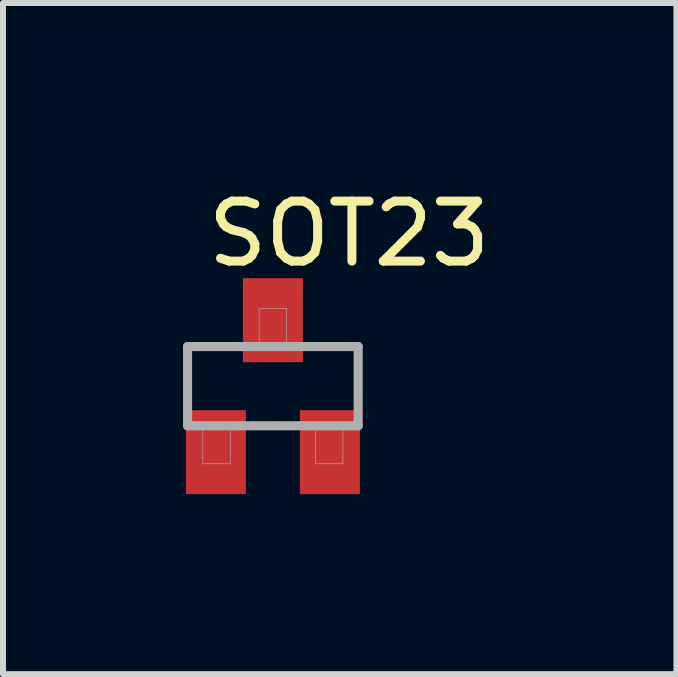
<source format=kicad_pcb>
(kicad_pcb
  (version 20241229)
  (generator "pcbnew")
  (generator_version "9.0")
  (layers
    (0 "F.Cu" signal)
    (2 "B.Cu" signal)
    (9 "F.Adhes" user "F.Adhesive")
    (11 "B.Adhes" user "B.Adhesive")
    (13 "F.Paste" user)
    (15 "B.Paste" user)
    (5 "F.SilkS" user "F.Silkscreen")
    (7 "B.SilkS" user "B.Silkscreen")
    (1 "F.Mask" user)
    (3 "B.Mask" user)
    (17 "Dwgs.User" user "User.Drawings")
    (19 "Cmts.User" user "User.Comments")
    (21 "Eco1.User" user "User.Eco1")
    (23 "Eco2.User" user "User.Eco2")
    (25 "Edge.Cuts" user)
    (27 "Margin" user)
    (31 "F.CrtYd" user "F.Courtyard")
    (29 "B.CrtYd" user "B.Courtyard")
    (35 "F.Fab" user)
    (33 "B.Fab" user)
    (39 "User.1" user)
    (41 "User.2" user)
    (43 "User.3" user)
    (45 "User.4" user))
  (footprint "SOT23"
    (layer "F.Cu")
    (at 2.769 3.388)
    (property "Reference" "SOT23" (at 0 -2.54 0) (layer "F.SilkS") (effects (font (size 1 1) (thickness 0.15))))
    (attr smd)
    (fp_line (start -2.692 -0.66) (end 0.152 -0.66) (stroke (width 0.152) (type solid)) (layer "F.Fab"))
    (fp_line (start -2.692 0.66) (end -2.692 -0.66) (stroke (width 0.152) (type solid)) (layer "F.Fab"))
    (fp_line (start 0.152 -0.66) (end 0.152 0.66) (stroke (width 0.152) (type solid)) (layer "F.Fab"))
    (fp_line (start 0.152 0.66) (end -2.692 0.66) (stroke (width 0.152) (type solid)) (layer "F.Fab"))
    (fp_poly (pts (xy -2.438 0.711) (xy -1.981 0.711) (xy -1.981 1.295) (xy -2.438 1.295)) (stroke (width 0.01) (type solid)) (fill no) (layer "F.Fab"))
    (fp_poly (pts (xy -1.499 -1.295) (xy -1.041 -1.295) (xy -1.041 -0.711) (xy -1.499 -0.711)) (stroke (width 0.01) (type solid)) (fill no) (layer "F.Fab"))
    (fp_poly (pts (xy -0.559 0.711) (xy -0.102 0.711) (xy -0.102 1.295) (xy -0.559 1.295)) (stroke (width 0.01) (type solid)) (fill no) (layer "F.Fab"))
    (pad "1" smd rect (at -2.22 1.1) (size 1 1.4) (layers "F.Cu" "F.Mask" "F.Paste"))
    (pad "2" smd rect (at -0.32 1.1) (size 1 1.4) (layers "F.Cu" "F.Mask" "F.Paste"))
    (pad "3" smd rect (at -1.27 -1.1) (size 1 1.4) (layers "F.Cu" "F.Mask" "F.Paste")))
  (gr_rect
    (start -3 -3)
    (end 8.227 8.188)
    (stroke (width 0.1) (type default))
    (fill no)
    (layer "Edge.Cuts")))
</source>
